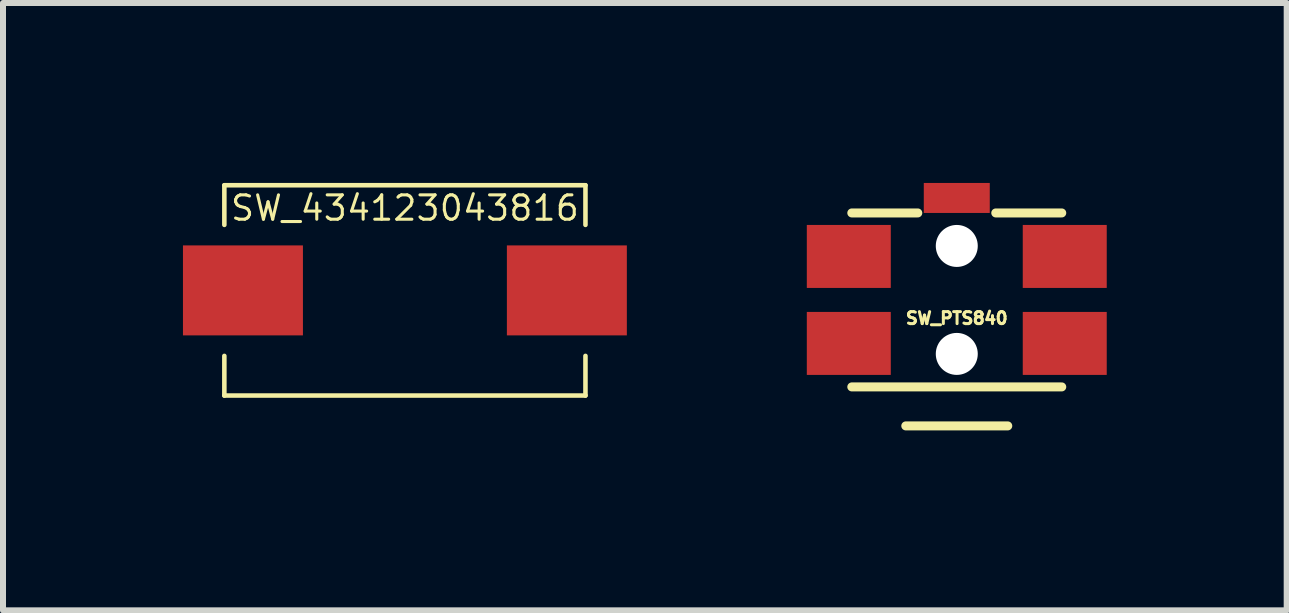
<source format=kicad_pcb>
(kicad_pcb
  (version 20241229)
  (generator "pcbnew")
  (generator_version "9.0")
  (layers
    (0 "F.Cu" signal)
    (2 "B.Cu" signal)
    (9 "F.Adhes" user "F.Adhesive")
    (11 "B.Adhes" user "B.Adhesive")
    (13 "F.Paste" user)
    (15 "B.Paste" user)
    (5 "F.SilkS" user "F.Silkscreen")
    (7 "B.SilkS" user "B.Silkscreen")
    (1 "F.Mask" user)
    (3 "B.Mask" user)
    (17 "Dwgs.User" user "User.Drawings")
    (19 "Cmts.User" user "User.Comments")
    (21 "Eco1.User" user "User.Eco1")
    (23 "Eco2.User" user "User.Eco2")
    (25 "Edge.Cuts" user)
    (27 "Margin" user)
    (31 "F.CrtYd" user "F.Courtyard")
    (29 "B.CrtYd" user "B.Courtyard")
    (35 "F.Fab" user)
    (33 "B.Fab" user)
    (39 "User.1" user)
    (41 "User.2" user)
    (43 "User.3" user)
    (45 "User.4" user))
  (footprint "SW_PTS840"
    (layer "F.Cu")
    (at 12.9 1.95)
    (property "Reference" "SW_PTS840" (at 0 0.305 0) (layer "F.SilkS") (effects (font (size 0.2 0.2) (thickness 0.05))))
    (attr through_hole)
    (fp_line (start -1.75 -1.45) (end -0.65 -1.45) (stroke (width 0.15) (type solid)) (layer "F.SilkS"))
    (fp_line (start -1.75 1.45) (end 1.75 1.45) (stroke (width 0.15) (type solid)) (layer "F.SilkS"))
    (fp_line (start -0.85 2.1) (end 0.85 2.1) (stroke (width 0.15) (type solid)) (layer "F.SilkS"))
    (fp_line (start 0.65 -1.45) (end 1.75 -1.45) (stroke (width 0.15) (type solid)) (layer "F.SilkS"))
    (pad "" np_thru_hole circle (at 0 -0.9) (size 0.7 0.7) (drill 0.7) (layers "*.Cu" "*.Mask"))
    (pad "" np_thru_hole circle (at 0 0.9) (size 0.7 0.7) (drill 0.7) (layers "*.Cu" "*.Mask"))
    (pad "1" smd rect (at -1.8 -0.725) (size 1.4 1.05) (layers "F.Cu" "F.Mask" "F.Paste"))
    (pad "1" smd rect (at 1.8 -0.725) (size 1.4 1.05) (layers "F.Cu" "F.Mask" "F.Paste"))
    (pad "2" smd rect (at -1.8 0.725) (size 1.4 1.05) (layers "F.Cu" "F.Mask" "F.Paste"))
    (pad "2" smd rect (at 1.8 0.725) (size 1.4 1.05) (layers "F.Cu" "F.Mask" "F.Paste"))
    (pad "SHLD" smd rect (at 0 -1.7) (size 1.1 0.5) (layers "F.Cu" "F.Mask" "F.Paste")))
  (footprint "SW_434123043816"
    (layer "F.Cu")
    (at 3.7 1.791)
    (property "Reference" "SW_434123043816" (at 0 -1.372 0) (layer "F.SilkS") (effects (font (size 0.406 0.406) (thickness 0.051))))
    (attr through_hole)
    (fp_line (start -3.01 -1.753) (end -3.01 -1.092) (stroke (width 0.076) (type solid)) (layer "F.SilkS"))
    (fp_line (start -3.01 -1.753) (end 3.01 -1.753) (stroke (width 0.076) (type solid)) (layer "F.SilkS"))
    (fp_line (start -3.01 1.753) (end -3.01 1.092) (stroke (width 0.076) (type solid)) (layer "F.SilkS"))
    (fp_line (start -3.01 1.753) (end 3.01 1.753) (stroke (width 0.076) (type solid)) (layer "F.SilkS"))
    (fp_line (start 3.01 -1.753) (end 3.01 -1.092) (stroke (width 0.076) (type solid)) (layer "F.SilkS"))
    (fp_line (start 3.01 1.753) (end 3.01 1.092) (stroke (width 0.076) (type solid)) (layer "F.SilkS"))
    (pad "1" smd rect (at -2.7 0) (size 2 1.5) (layers "F.Cu" "F.Mask" "F.Paste"))
    (pad "2" smd rect (at 2.7 0) (size 2 1.5) (layers "F.Cu" "F.Mask" "F.Paste")))
  (gr_rect
    (start -3 -3)
    (end 18.4 7.125)
    (stroke (width 0.1) (type default))
    (fill no)
    (layer "Edge.Cuts")))
</source>
